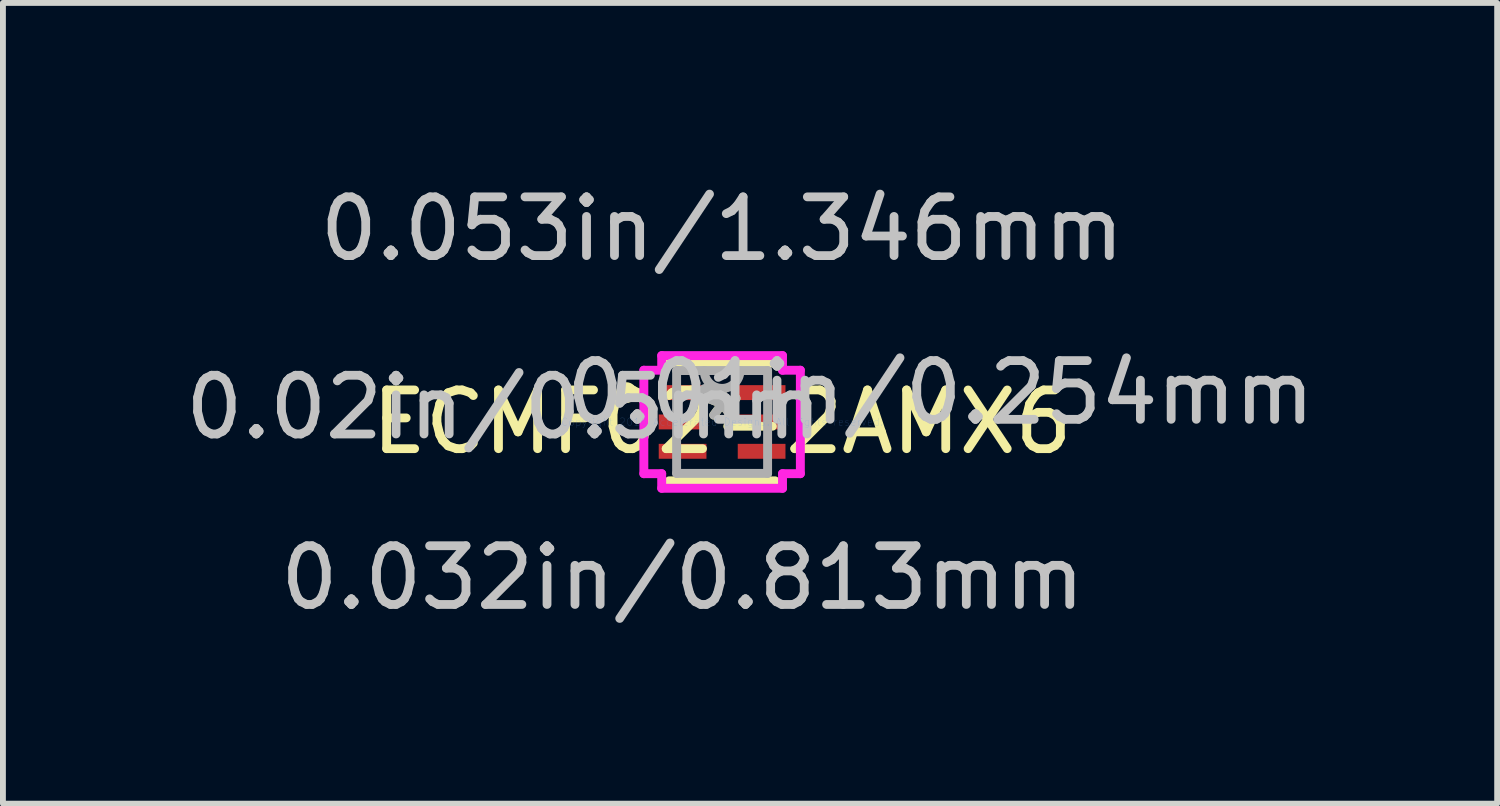
<source format=kicad_pcb>
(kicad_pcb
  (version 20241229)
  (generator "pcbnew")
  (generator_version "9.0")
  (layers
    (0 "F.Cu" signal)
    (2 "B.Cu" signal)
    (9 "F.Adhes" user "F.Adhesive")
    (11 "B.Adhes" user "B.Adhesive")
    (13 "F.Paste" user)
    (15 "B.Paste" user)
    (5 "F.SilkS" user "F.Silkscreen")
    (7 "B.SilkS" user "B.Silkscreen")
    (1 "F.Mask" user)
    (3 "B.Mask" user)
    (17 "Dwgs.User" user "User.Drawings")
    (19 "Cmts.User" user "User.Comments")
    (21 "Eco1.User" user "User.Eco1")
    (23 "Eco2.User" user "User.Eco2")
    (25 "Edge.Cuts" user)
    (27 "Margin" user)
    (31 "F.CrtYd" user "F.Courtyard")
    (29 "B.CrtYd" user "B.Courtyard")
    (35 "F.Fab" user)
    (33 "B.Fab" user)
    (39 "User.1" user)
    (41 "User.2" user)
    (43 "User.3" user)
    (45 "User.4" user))
  (footprint "ECMF02-2AMX6"
    (layer "F.Cu")
    (at 9.251 4.138)
    (property "Reference" "ECMF02-2AMX6" (at 0 0 0) (layer "F.SilkS") (effects (font (size 1 1) (thickness 0.15))))
    (attr through_hole)
    (fp_line (start -0.902 1.003) (end 0.902 1.003) (stroke (width 0.152) (type solid)) (layer "F.SilkS"))
    (fp_line (start 0.902 -1.003) (end -0.902 -1.003) (stroke (width 0.152) (type solid)) (layer "F.SilkS"))
    (fp_circle (center -1.63 -0.5) (end -1.529 -0.5) (stroke (width 0.152) (type solid)) (fill no) (layer "F.SilkS"))
    (fp_line (start -1.333 -0.881) (end -1.029 -0.881) (stroke (width 0.152) (type solid)) (layer "F.CrtYd"))
    (fp_line (start -1.333 0.881) (end -1.333 -0.881) (stroke (width 0.152) (type solid)) (layer "F.CrtYd"))
    (fp_line (start -1.029 -1.13) (end 1.029 -1.13) (stroke (width 0.152) (type solid)) (layer "F.CrtYd"))
    (fp_line (start -1.029 -0.881) (end -1.029 -1.13) (stroke (width 0.152) (type solid)) (layer "F.CrtYd"))
    (fp_line (start -1.029 0.881) (end -1.333 0.881) (stroke (width 0.152) (type solid)) (layer "F.CrtYd"))
    (fp_line (start -1.029 1.13) (end -1.029 0.881) (stroke (width 0.152) (type solid)) (layer "F.CrtYd"))
    (fp_line (start 1.029 -1.13) (end 1.029 -0.881) (stroke (width 0.152) (type solid)) (layer "F.CrtYd"))
    (fp_line (start 1.029 -0.881) (end 1.333 -0.881) (stroke (width 0.152) (type solid)) (layer "F.CrtYd"))
    (fp_line (start 1.029 0.881) (end 1.029 1.13) (stroke (width 0.152) (type solid)) (layer "F.CrtYd"))
    (fp_line (start 1.029 1.13) (end -1.029 1.13) (stroke (width 0.152) (type solid)) (layer "F.CrtYd"))
    (fp_line (start 1.333 -0.881) (end 1.333 0.881) (stroke (width 0.152) (type solid)) (layer "F.CrtYd"))
    (fp_line (start 1.333 0.881) (end 1.029 0.881) (stroke (width 0.152) (type solid)) (layer "F.CrtYd"))
    (fp_line (start -0.775 -0.876) (end -0.775 0.876) (stroke (width 0.152) (type solid)) (layer "F.Fab"))
    (fp_line (start -0.775 0.876) (end 0.775 0.876) (stroke (width 0.152) (type solid)) (layer "F.Fab"))
    (fp_line (start 0.775 -0.876) (end -0.775 -0.876) (stroke (width 0.152) (type solid)) (layer "F.Fab"))
    (fp_line (start 0.775 0.876) (end 0.775 -0.876) (stroke (width 0.152) (type solid)) (layer "F.Fab"))
    (fp_arc (start 0.3048 -0.8763) (mid 0 -0.5715) (end -0.3048 -0.8763) (stroke (width 0.1524) (type solid)) (layer "F.Fab"))
    (fp_circle (center -0.267 -0.5) (end -0.191 -0.5) (stroke (width 0.152) (type solid)) (fill no) (layer "F.Fab"))
    (fp_text user "*" (at 0 0 0) (layer "F.SilkS") (effects (font (size 1 1) (thickness 0.15))))
    (fp_text user "0.053in/1.346mm" (at 0 -3.289 0) (layer "Dwgs.User") (effects (font (size 1 1) (thickness 0.15))))
    (fp_text user "0.01in/0.254mm" (at 3.721 -0.5 0) (layer "Dwgs.User") (effects (font (size 1 1) (thickness 0.15))))
    (fp_text user "0.02in/0.5mm" (at -3.721 -0.25 0) (layer "Dwgs.User") (effects (font (size 1 1) (thickness 0.15))))
    (fp_text user "0.032in/0.813mm" (at -0.673 2.654 0) (layer "Dwgs.User") (effects (font (size 1 1) (thickness 0.15))))
    (fp_text user "Copyright 2016 Accelerated Designs. All rights reserved." (at 0 0 0) (layer "Cmts.User") (effects (font (size 0.127 0.127) (thickness 0.002))))
    (fp_text user "*" (at 0 0 0) (layer "F.Fab") (effects (font (size 1 1) (thickness 0.15))))
    (pad "1" smd rect (at -0.673 -0.5) (size 0.813 0.254) (layers "F.Cu" "F.Mask" "F.Paste"))
    (pad "2" smd rect (at -0.673 0) (size 0.813 0.254) (layers "F.Cu" "F.Mask" "F.Paste"))
    (pad "3" smd rect (at -0.673 0.5) (size 0.813 0.254) (layers "F.Cu" "F.Mask" "F.Paste"))
    (pad "4" smd rect (at 0.673 0.5) (size 0.813 0.254) (layers "F.Cu" "F.Mask" "F.Paste"))
    (pad "5" smd rect (at 0.673 0) (size 0.813 0.254) (layers "F.Cu" "F.Mask" "F.Paste"))
    (pad "6" smd rect (at 0.673 -0.5) (size 0.813 0.254) (layers "F.Cu" "F.Mask" "F.Paste")))
  (gr_rect
    (start -3 -3)
    (end 22.454 10.64)
    (stroke (width 0.1) (type default))
    (fill no)
    (layer "Edge.Cuts")))
</source>
